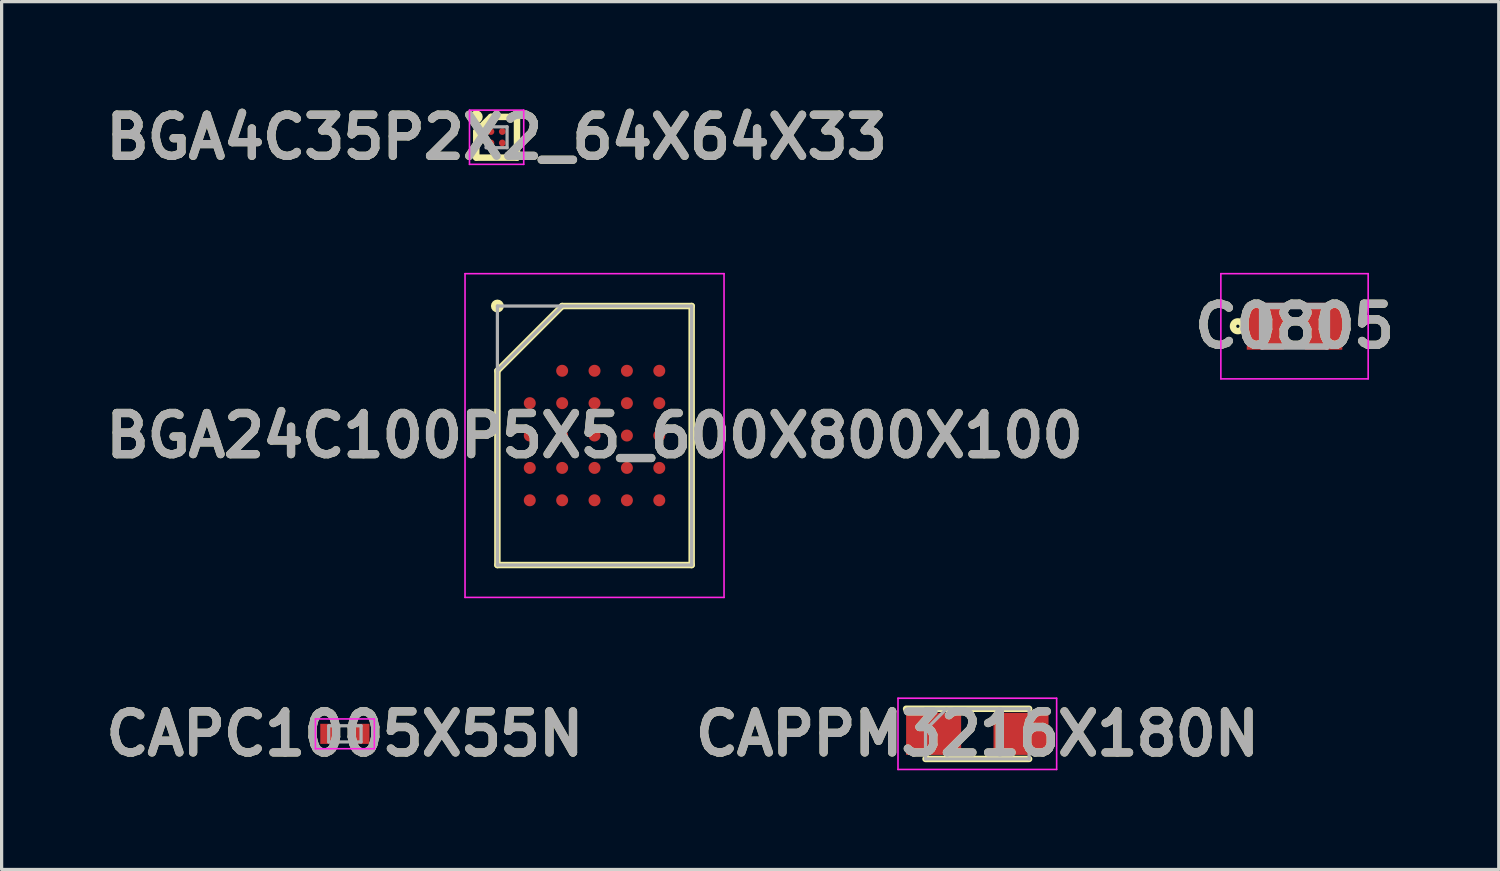
<source format=kicad_pcb>
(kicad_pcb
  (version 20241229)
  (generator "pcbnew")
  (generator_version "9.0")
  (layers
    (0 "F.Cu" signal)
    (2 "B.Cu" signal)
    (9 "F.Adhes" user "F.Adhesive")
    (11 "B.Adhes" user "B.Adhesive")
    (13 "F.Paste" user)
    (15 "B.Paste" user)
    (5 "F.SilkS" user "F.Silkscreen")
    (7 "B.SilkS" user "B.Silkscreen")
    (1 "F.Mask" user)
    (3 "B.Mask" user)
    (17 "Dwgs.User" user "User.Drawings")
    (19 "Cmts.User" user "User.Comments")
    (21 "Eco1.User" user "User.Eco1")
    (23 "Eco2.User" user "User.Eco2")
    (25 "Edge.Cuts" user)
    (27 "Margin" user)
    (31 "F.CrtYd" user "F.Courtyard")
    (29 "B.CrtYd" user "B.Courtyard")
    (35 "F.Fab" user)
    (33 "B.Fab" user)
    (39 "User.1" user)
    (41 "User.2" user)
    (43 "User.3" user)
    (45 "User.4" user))
  (footprint "BGA4C35P2X2_64X64X33"
    (layer "F.Cu")
    (at 12.289 1.189)
    (property "Reference" "BGA4C35P2X2_64X64X33" (at 0 0 0) (layer "F.SilkS") (effects (font (size 1.27 1.27) (thickness 0.254))))
    (attr smd)
    (fp_line (start -0.629 -0.175) (end -0.175 -0.629) (stroke (width 0.2) (type solid)) (layer "F.SilkS"))
    (fp_line (start -0.629 0.629) (end -0.629 -0.175) (stroke (width 0.2) (type solid)) (layer "F.SilkS"))
    (fp_line (start -0.175 -0.629) (end 0.629 -0.629) (stroke (width 0.2) (type solid)) (layer "F.SilkS"))
    (fp_line (start 0.629 -0.629) (end 0.629 0.629) (stroke (width 0.2) (type solid)) (layer "F.SilkS"))
    (fp_line (start 0.629 0.629) (end -0.629 0.629) (stroke (width 0.2) (type solid)) (layer "F.SilkS"))
    (fp_circle (center -0.629 -0.629) (end -0.629 -0.529) (stroke (width 0.2) (type solid)) (fill no) (layer "F.SilkS"))
    (fp_line (start -0.838 -0.838) (end 0.837 -0.838) (stroke (width 0.05) (type solid)) (layer "F.CrtYd"))
    (fp_line (start -0.838 0.837) (end -0.838 -0.838) (stroke (width 0.05) (type solid)) (layer "F.CrtYd"))
    (fp_line (start 0.837 -0.838) (end 0.837 0.837) (stroke (width 0.05) (type solid)) (layer "F.CrtYd"))
    (fp_line (start 0.837 0.837) (end -0.838 0.837) (stroke (width 0.05) (type solid)) (layer "F.CrtYd"))
    (fp_line (start -0.322 -0.322) (end 0.323 -0.322) (stroke (width 0.1) (type solid)) (layer "F.Fab"))
    (fp_line (start -0.322 -0.154) (end -0.153 -0.323) (stroke (width 0.1) (type solid)) (layer "F.Fab"))
    (fp_line (start -0.322 0.323) (end -0.322 -0.322) (stroke (width 0.1) (type solid)) (layer "F.Fab"))
    (fp_line (start 0.323 -0.322) (end 0.323 0.323) (stroke (width 0.1) (type solid)) (layer "F.Fab"))
    (fp_line (start 0.323 0.323) (end -0.322 0.323) (stroke (width 0.1) (type solid)) (layer "F.Fab"))
    (fp_text user "${REFERENCE}" (at 0 0 0) (layer "F.Fab") (effects (font (size 1.27 1.27) (thickness 0.254))))
    (pad "A1" smd circle (at -0.175 -0.175 90) (size 0.208 0.208) (layers "F.Cu" "F.Mask" "F.Paste"))
    (pad "A2" smd circle (at 0.175 -0.175 90) (size 0.208 0.208) (layers "F.Cu" "F.Mask" "F.Paste"))
    (pad "B1" smd circle (at -0.175 0.175 90) (size 0.208 0.208) (layers "F.Cu" "F.Mask" "F.Paste"))
    (pad "B2" smd circle (at 0.175 0.175 90) (size 0.208 0.208) (layers "F.Cu" "F.Mask" "F.Paste")))
  (footprint "CAPPM3216X180N"
    (layer "F.Cu")
    (at 27.136 19.616)
    (property "Reference" "CAPPM3216X180N" (at 0 0 0) (layer "F.SilkS") (effects (font (size 1.27 1.27) (thickness 0.254))))
    (attr smd)
    (fp_line (start -1.6 0.775) (end 1.6 0.775) (stroke (width 0.2) (type solid)) (layer "F.SilkS"))
    (fp_line (start 1.6 -0.775) (end -2.2 -0.775) (stroke (width 0.2) (type solid)) (layer "F.SilkS"))
    (fp_line (start -2.45 -1.1) (end 2.45 -1.1) (stroke (width 0.05) (type solid)) (layer "F.CrtYd"))
    (fp_line (start -2.45 1.1) (end -2.45 -1.1) (stroke (width 0.05) (type solid)) (layer "F.CrtYd"))
    (fp_line (start 2.45 -1.1) (end 2.45 1.1) (stroke (width 0.05) (type solid)) (layer "F.CrtYd"))
    (fp_line (start 2.45 1.1) (end -2.45 1.1) (stroke (width 0.05) (type solid)) (layer "F.CrtYd"))
    (fp_line (start -1.6 -0.775) (end 1.6 -0.775) (stroke (width 0.1) (type solid)) (layer "F.Fab"))
    (fp_line (start -1.6 -0.125) (end -0.95 -0.775) (stroke (width 0.1) (type solid)) (layer "F.Fab"))
    (fp_line (start -1.6 0.775) (end -1.6 -0.775) (stroke (width 0.1) (type solid)) (layer "F.Fab"))
    (fp_line (start 1.6 -0.775) (end 1.6 0.775) (stroke (width 0.1) (type solid)) (layer "F.Fab"))
    (fp_line (start 1.6 0.775) (end -1.6 0.775) (stroke (width 0.1) (type solid)) (layer "F.Fab"))
    (fp_text user "${REFERENCE}" (at 0 0 0) (layer "F.Fab") (effects (font (size 1.27 1.27) (thickness 0.254))))
    (pad "1" smd rect (at -1.35 0 90) (size 1.3 1.7) (layers "F.Cu" "F.Mask" "F.Paste"))
    (pad "2" smd rect (at 1.35 0 90) (size 1.3 1.7) (layers "F.Cu" "F.Mask" "F.Paste")))
  (footprint "BGA24C100P5X5_600X800X100"
    (layer "F.Cu")
    (at 15.313 10.402)
    (property "Reference" "BGA24C100P5X5_600X800X100" (at 0 0 0) (layer "F.SilkS") (effects (font (size 1.27 1.27) (thickness 0.254))))
    (attr smd)
    (fp_line (start -3 -2) (end -1 -4) (stroke (width 0.2) (type solid)) (layer "F.SilkS"))
    (fp_line (start -3 4) (end -3 -2) (stroke (width 0.2) (type solid)) (layer "F.SilkS"))
    (fp_line (start -1 -4) (end 3 -4) (stroke (width 0.2) (type solid)) (layer "F.SilkS"))
    (fp_line (start 3 -4) (end 3 4) (stroke (width 0.2) (type solid)) (layer "F.SilkS"))
    (fp_line (start 3 4) (end -3 4) (stroke (width 0.2) (type solid)) (layer "F.SilkS"))
    (fp_circle (center -3 -4) (end -3 -3.9) (stroke (width 0.2) (type solid)) (fill no) (layer "F.SilkS"))
    (fp_line (start -4 -5) (end 4 -5) (stroke (width 0.05) (type solid)) (layer "F.CrtYd"))
    (fp_line (start -4 5) (end -4 -5) (stroke (width 0.05) (type solid)) (layer "F.CrtYd"))
    (fp_line (start 4 -5) (end 4 5) (stroke (width 0.05) (type solid)) (layer "F.CrtYd"))
    (fp_line (start 4 5) (end -4 5) (stroke (width 0.05) (type solid)) (layer "F.CrtYd"))
    (fp_line (start -3 -4) (end 3 -4) (stroke (width 0.1) (type solid)) (layer "F.Fab"))
    (fp_line (start -3 -2) (end -1 -4) (stroke (width 0.1) (type solid)) (layer "F.Fab"))
    (fp_line (start -3 4) (end -3 -4) (stroke (width 0.1) (type solid)) (layer "F.Fab"))
    (fp_line (start 3 -4) (end 3 4) (stroke (width 0.1) (type solid)) (layer "F.Fab"))
    (fp_line (start 3 4) (end -3 4) (stroke (width 0.1) (type solid)) (layer "F.Fab"))
    (fp_text user "${REFERENCE}" (at 0 0 0) (layer "F.Fab") (effects (font (size 1.27 1.27) (thickness 0.254))))
    (pad "A2" smd circle (at -1 -2 90) (size 0.37 0.37) (layers "F.Cu" "F.Mask" "F.Paste"))
    (pad "A3" smd circle (at 0 -2 90) (size 0.37 0.37) (layers "F.Cu" "F.Mask" "F.Paste"))
    (pad "A4" smd circle (at 1 -2 90) (size 0.37 0.37) (layers "F.Cu" "F.Mask" "F.Paste"))
    (pad "A5" smd circle (at 2 -2 90) (size 0.37 0.37) (layers "F.Cu" "F.Mask" "F.Paste"))
    (pad "B1" smd circle (at -2 -1 90) (size 0.37 0.37) (layers "F.Cu" "F.Mask" "F.Paste"))
    (pad "B2" smd circle (at -1 -1 90) (size 0.37 0.37) (layers "F.Cu" "F.Mask" "F.Paste"))
    (pad "B3" smd circle (at 0 -1 90) (size 0.37 0.37) (layers "F.Cu" "F.Mask" "F.Paste"))
    (pad "B4" smd circle (at 1 -1 90) (size 0.37 0.37) (layers "F.Cu" "F.Mask" "F.Paste"))
    (pad "B5" smd circle (at 2 -1 90) (size 0.37 0.37) (layers "F.Cu" "F.Mask" "F.Paste"))
    (pad "C1" smd circle (at -2 0 90) (size 0.37 0.37) (layers "F.Cu" "F.Mask" "F.Paste"))
    (pad "C2" smd circle (at -1 0 90) (size 0.37 0.37) (layers "F.Cu" "F.Mask" "F.Paste"))
    (pad "C3" smd circle (at 0 0 90) (size 0.37 0.37) (layers "F.Cu" "F.Mask" "F.Paste"))
    (pad "C4" smd circle (at 1 0 90) (size 0.37 0.37) (layers "F.Cu" "F.Mask" "F.Paste"))
    (pad "C5" smd circle (at 2 0 90) (size 0.37 0.37) (layers "F.Cu" "F.Mask" "F.Paste"))
    (pad "D1" smd circle (at -2 1 90) (size 0.37 0.37) (layers "F.Cu" "F.Mask" "F.Paste"))
    (pad "D2" smd circle (at -1 1 90) (size 0.37 0.37) (layers "F.Cu" "F.Mask" "F.Paste"))
    (pad "D3" smd circle (at 0 1 90) (size 0.37 0.37) (layers "F.Cu" "F.Mask" "F.Paste"))
    (pad "D4" smd circle (at 1 1 90) (size 0.37 0.37) (layers "F.Cu" "F.Mask" "F.Paste"))
    (pad "D5" smd circle (at 2 1 90) (size 0.37 0.37) (layers "F.Cu" "F.Mask" "F.Paste"))
    (pad "E1" smd circle (at -2 2 90) (size 0.37 0.37) (layers "F.Cu" "F.Mask" "F.Paste"))
    (pad "E2" smd circle (at -1 2 90) (size 0.37 0.37) (layers "F.Cu" "F.Mask" "F.Paste"))
    (pad "E3" smd circle (at 0 2 90) (size 0.37 0.37) (layers "F.Cu" "F.Mask" "F.Paste"))
    (pad "E4" smd circle (at 1 2 90) (size 0.37 0.37) (layers "F.Cu" "F.Mask" "F.Paste"))
    (pad "E5" smd circle (at 2 2 90) (size 0.37 0.37) (layers "F.Cu" "F.Mask" "F.Paste")))
  (footprint "CAPC1005X55N"
    (layer "F.Cu")
    (at 7.602 19.616)
    (property "Reference" "CAPC1005X55N" (at 0 0 0) (layer "F.SilkS") (effects (font (size 1.27 1.27) (thickness 0.254))))
    (attr smd)
    (fp_line (start -0.91 -0.46) (end 0.91 -0.46) (stroke (width 0.05) (type solid)) (layer "F.CrtYd"))
    (fp_line (start -0.91 0.46) (end -0.91 -0.46) (stroke (width 0.05) (type solid)) (layer "F.CrtYd"))
    (fp_line (start 0.91 -0.46) (end 0.91 0.46) (stroke (width 0.05) (type solid)) (layer "F.CrtYd"))
    (fp_line (start 0.91 0.46) (end -0.91 0.46) (stroke (width 0.05) (type solid)) (layer "F.CrtYd"))
    (fp_line (start -0.5 -0.25) (end 0.5 -0.25) (stroke (width 0.1) (type solid)) (layer "F.Fab"))
    (fp_line (start -0.5 0.25) (end -0.5 -0.25) (stroke (width 0.1) (type solid)) (layer "F.Fab"))
    (fp_line (start 0.5 -0.25) (end 0.5 0.25) (stroke (width 0.1) (type solid)) (layer "F.Fab"))
    (fp_line (start 0.5 0.25) (end -0.5 0.25) (stroke (width 0.1) (type solid)) (layer "F.Fab"))
    (fp_text user "${REFERENCE}" (at 0 0 0) (layer "F.Fab") (effects (font (size 1.27 1.27) (thickness 0.254))))
    (pad "1" smd rect (at -0.46 0) (size 0.6 0.62) (layers "F.Cu" "F.Mask" "F.Paste"))
    (pad "2" smd rect (at 0.46 0) (size 0.6 0.62) (layers "F.Cu" "F.Mask" "F.Paste")))
  (footprint "C0805"
    (layer "F.Cu")
    (at 36.933 7.027)
    (property "Reference" "C0805" (at 0 0 0) (layer "F.SilkS") (effects (font (size 1.27 1.27) (thickness 0.254))))
    (attr smd)
    (fp_circle (center -1.75 0) (end -1.75 0.05) (stroke (width 0.2) (type solid)) (fill no) (layer "F.SilkS"))
    (fp_line (start -2.275 -1.625) (end 2.275 -1.625) (stroke (width 0.05) (type solid)) (layer "F.CrtYd"))
    (fp_line (start -2.275 1.625) (end -2.275 -1.625) (stroke (width 0.05) (type solid)) (layer "F.CrtYd"))
    (fp_line (start 2.275 -1.625) (end 2.275 1.625) (stroke (width 0.05) (type solid)) (layer "F.CrtYd"))
    (fp_line (start 2.275 1.625) (end -2.275 1.625) (stroke (width 0.05) (type solid)) (layer "F.CrtYd"))
    (fp_line (start -1 -0.625) (end 1 -0.625) (stroke (width 0.2) (type solid)) (layer "F.Fab"))
    (fp_line (start -1 0.625) (end -1 -0.625) (stroke (width 0.2) (type solid)) (layer "F.Fab"))
    (fp_line (start 1 -0.625) (end 1 0.625) (stroke (width 0.2) (type solid)) (layer "F.Fab"))
    (fp_line (start 1 0.625) (end -1 0.625) (stroke (width 0.2) (type solid)) (layer "F.Fab"))
    (fp_text user "${REFERENCE}" (at 0 0 0) (layer "F.Fab") (effects (font (size 1.27 1.27) (thickness 0.254))))
    (pad "1" smd rect (at -0.9 0) (size 1.15 1.45) (layers "F.Cu" "F.Mask" "F.Paste"))
    (pad "2" smd rect (at 0.9 0) (size 1.15 1.45) (layers "F.Cu" "F.Mask" "F.Paste")))
  (gr_rect
    (start -3 -3)
    (end 43.241 23.805)
    (stroke (width 0.1) (type default))
    (fill no)
    (layer "Edge.Cuts")))
</source>
